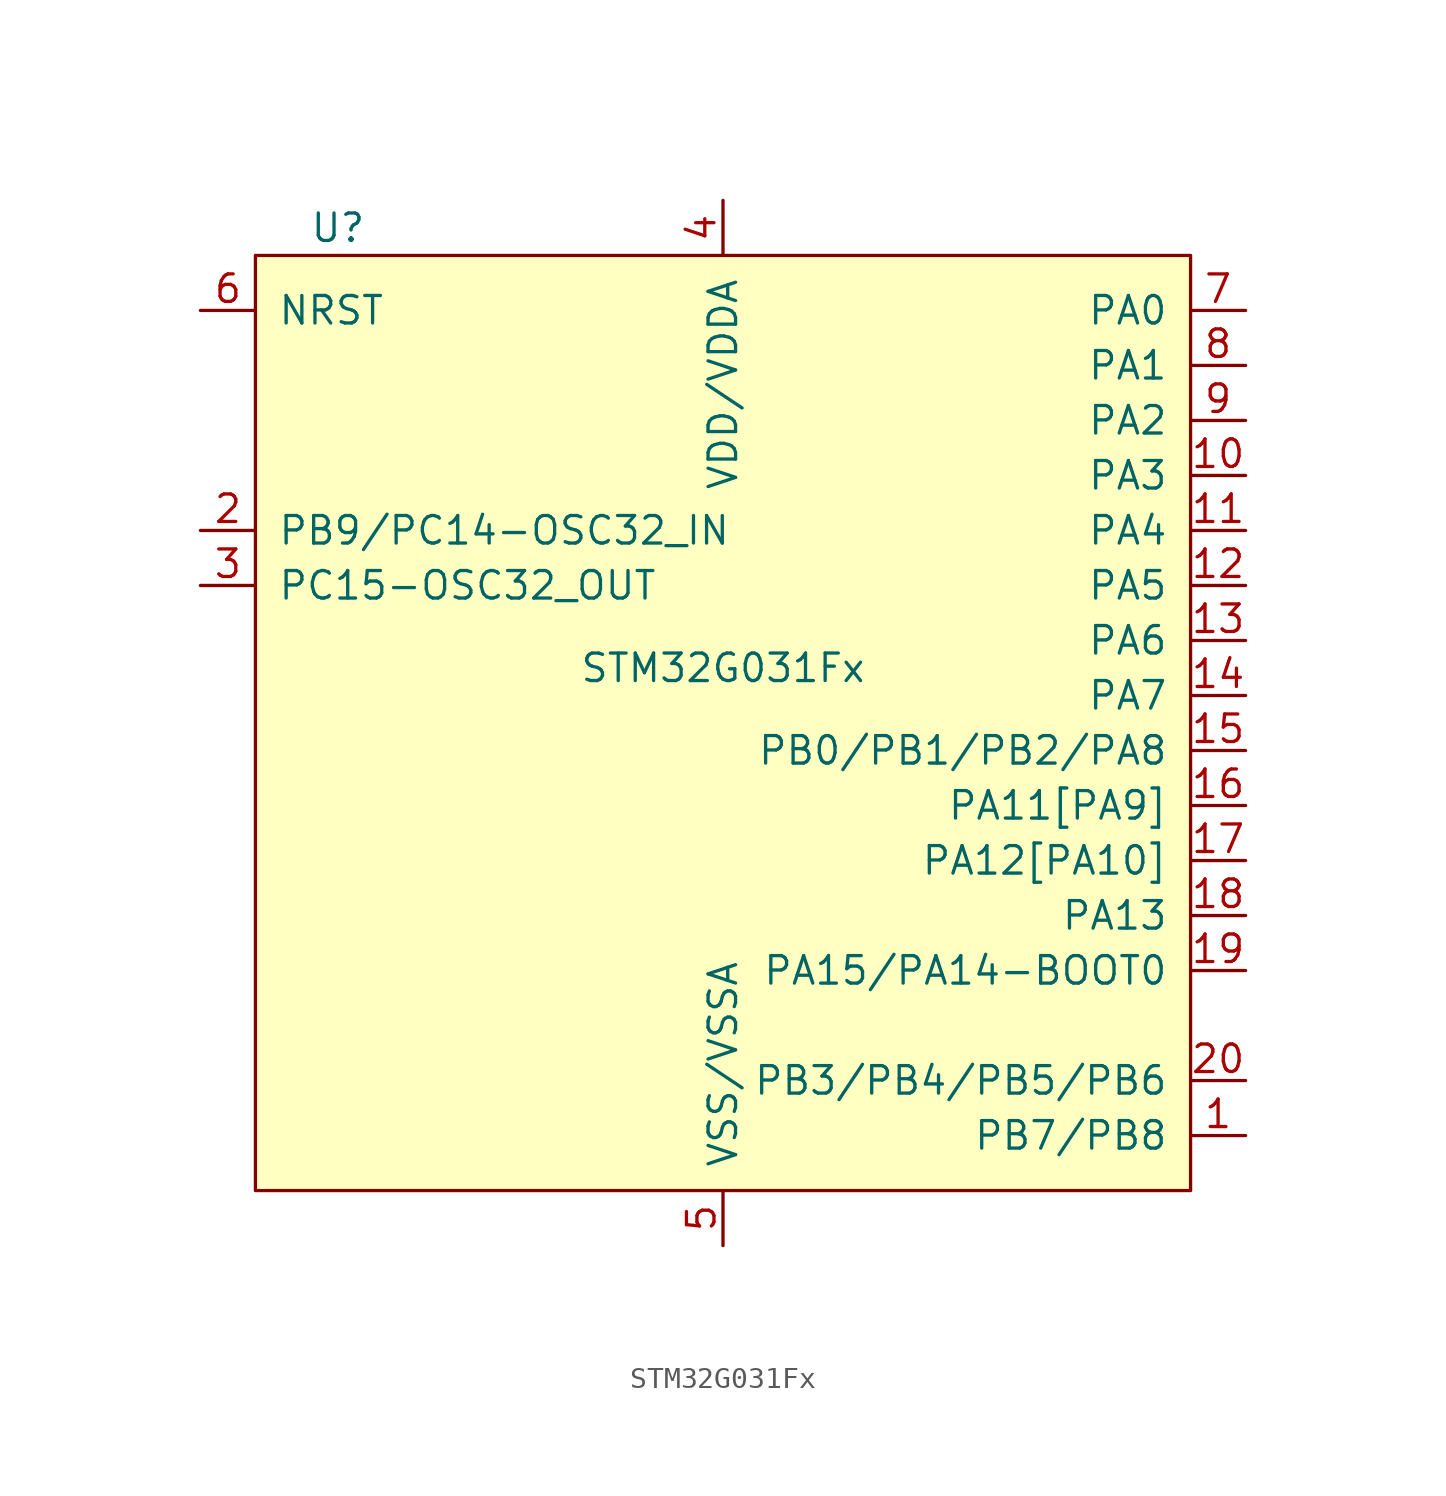
<source format=kicad_sym>
(kicad_symbol_lib
  (version 20211014)
  (generator kicad_symbol_editor)
  (symbol "STM32G031Fx"
    (pin_names
      (offset 1.016))
    (property "Reference" "U"
      (at -17.78 22.86 0)
      (effects (font (size 1.27 1.27))))
    (property "Value" "STM32G031Fx"
      (at 0 2.54 0)
      (effects (font (size 1.27 1.27))))
    (symbol "STM32G031Fx_0_0"
      (pin bidirectional line (at 24.13 -19.05 180) (length 2.54) (name "PB7/PB8" (effects (font (size 1.27 1.27)))) (number "1" (effects (font (size 1.27 1.27)))))
      (pin bidirectional line (at 24.13 11.43 180) (length 2.54) (name "PA3" (effects (font (size 1.27 1.27)))) (number "10" (effects (font (size 1.27 1.27)))))
      (pin bidirectional line (at 24.13 8.89 180) (length 2.54) (name "PA4" (effects (font (size 1.27 1.27)))) (number "11" (effects (font (size 1.27 1.27)))))
      (pin bidirectional line (at 24.13 6.35 180) (length 2.54) (name "PA5" (effects (font (size 1.27 1.27)))) (number "12" (effects (font (size 1.27 1.27)))))
      (pin bidirectional line (at 24.13 3.81 180) (length 2.54) (name "PA6" (effects (font (size 1.27 1.27)))) (number "13" (effects (font (size 1.27 1.27)))))
      (pin bidirectional line (at 24.13 1.27 180) (length 2.54) (name "PA7" (effects (font (size 1.27 1.27)))) (number "14" (effects (font (size 1.27 1.27)))))
      (pin bidirectional line (at 24.13 -1.27 180) (length 2.54) (name "PB0/PB1/PB2/PA8" (effects (font (size 1.27 1.27)))) (number "15" (effects (font (size 1.27 1.27)))))
      (pin bidirectional line (at 24.13 -3.81 180) (length 2.54) (name "PA11[PA9]" (effects (font (size 1.27 1.27)))) (number "16" (effects (font (size 1.27 1.27)))))
      (pin bidirectional line (at 24.13 -6.35 180) (length 2.54) (name "PA12[PA10]" (effects (font (size 1.27 1.27)))) (number "17" (effects (font (size 1.27 1.27)))))
      (pin bidirectional line (at 24.13 -8.89 180) (length 2.54) (name "PA13" (effects (font (size 1.27 1.27)))) (number "18" (effects (font (size 1.27 1.27)))))
      (pin bidirectional line (at 24.13 -11.43 180) (length 2.54) (name "PA15/PA14-BOOT0" (effects (font (size 1.27 1.27)))) (number "19" (effects (font (size 1.27 1.27)))))
      (pin bidirectional line (at -24.13 8.89 0) (length 2.54) (name "PB9/PC14-OSC32_IN" (effects (font (size 1.27 1.27)))) (number "2" (effects (font (size 1.27 1.27)))))
      (pin bidirectional line (at 24.13 -16.51 180) (length 2.54) (name "PB3/PB4/PB5/PB6" (effects (font (size 1.27 1.27)))) (number "20" (effects (font (size 1.27 1.27)))))
      (pin bidirectional line (at -24.13 6.35 0) (length 2.54) (name "PC15-OSC32_OUT" (effects (font (size 1.27 1.27)))) (number "3" (effects (font (size 1.27 1.27)))))
      (pin power_in line (at 0 24.13 270) (length 2.54) (name "VDD/VDDA" (effects (font (size 1.27 1.27)))) (number "4" (effects (font (size 1.27 1.27)))))
      (pin power_in line (at 0 -24.13 90) (length 2.54) (name "VSS/VSSA" (effects (font (size 1.27 1.27)))) (number "5" (effects (font (size 1.27 1.27)))))
      (pin input line (at -24.13 19.05 0) (length 2.54) (name "NRST" (effects (font (size 1.27 1.27)))) (number "6" (effects (font (size 1.27 1.27)))))
      (pin bidirectional line (at 24.13 19.05 180) (length 2.54) (name "PA0" (effects (font (size 1.27 1.27)))) (number "7" (effects (font (size 1.27 1.27)))))
      (pin bidirectional line (at 24.13 16.51 180) (length 2.54) (name "PA1" (effects (font (size 1.27 1.27)))) (number "8" (effects (font (size 1.27 1.27)))))
      (pin bidirectional line (at 24.13 13.97 180) (length 2.54) (name "PA2" (effects (font (size 1.27 1.27)))) (number "9" (effects (font (size 1.27 1.27))))))
    (symbol "STM32G031Fx_0_1"
      (rectangle (start -21.59 21.59) (end 21.59 -21.59) (stroke (width 0) (type default) (color 0 0 0 0)) (fill (type background))))))
</source>
